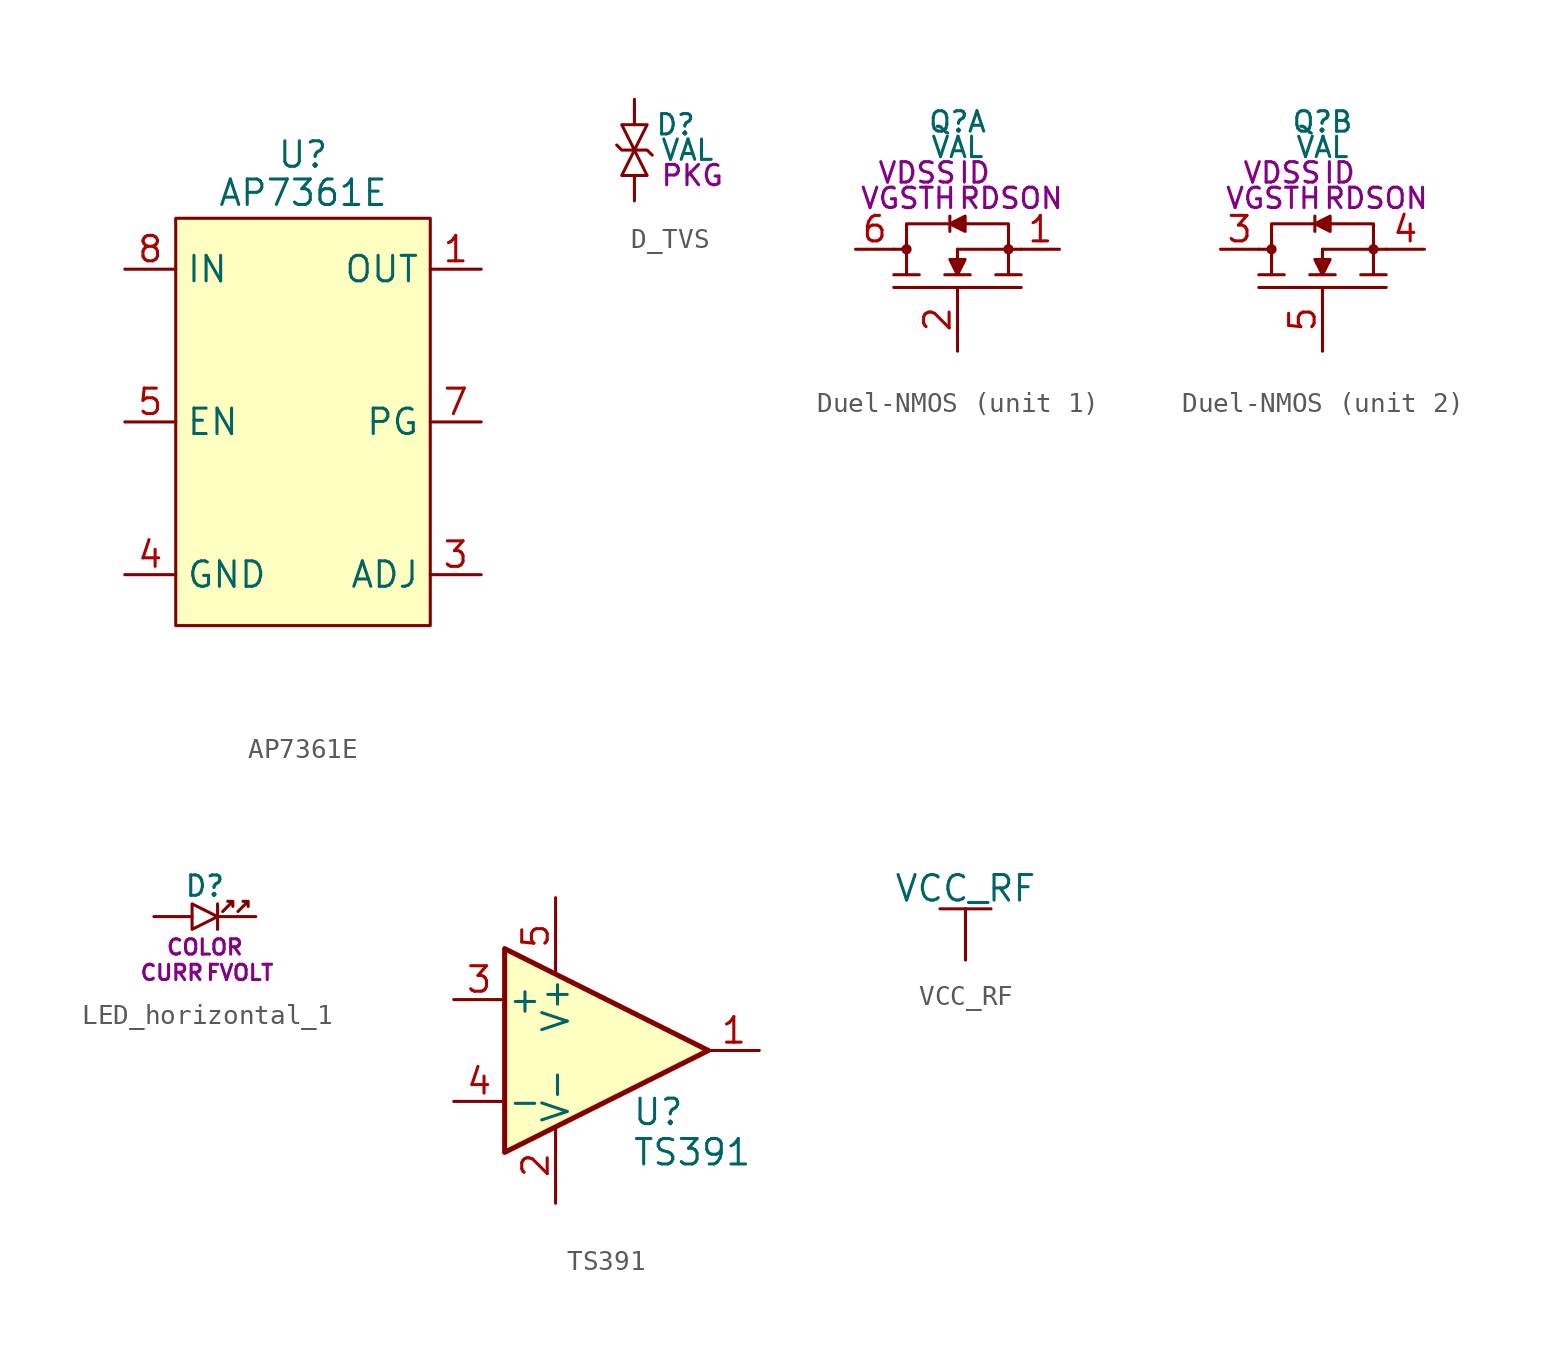
<source format=kicad_sym>
(kicad_symbol_lib
  (version 20231120)
  (generator "kicad_symbol_editor")
  (generator_version "8.0")
  (symbol "AP7361E"
    (property "Reference" "U"
      (at 0 13.335 0)
      (do_not_autoplace)
      (effects (font (size 1.27 1.27))))
    (property "Value" "AP7361E"
      (at 0 11.43 0)
      (do_not_autoplace)
      (effects (font (size 1.27 1.27))))
    (symbol "AP7361E_0_0"
      (pin power_out line (at 8.89 7.62 180) (length 2.54) (name "OUT" (effects (font (size 1.27 1.27)))) (number "1" (effects (font (size 1.27 1.27)))))
      (pin passive line (at -8.89 -7.62 0) (length 2.54) (name "GND" (effects (font (size 1.27 1.27)))) (number "4" (effects (font (size 1.27 1.27)))))
      (pin input line (at -8.89 0 0) (length 2.54) (name "EN" (effects (font (size 1.27 1.27)))) (number "5" (effects (font (size 1.27 1.27)))))
      (pin output line (at 8.89 0 180) (length 2.54) (name "PG" (effects (font (size 1.27 1.27)))) (number "7" (effects (font (size 1.27 1.27)))))
      (pin power_in line (at -8.89 7.62 0) (length 2.54) (name "IN" (effects (font (size 1.27 1.27)))) (number "8" (effects (font (size 1.27 1.27))))))
    (symbol "AP7361E_1_0"
      (pin no_connect line (at 0 -12.7 90) (length 2.54) hide (name "NC" (effects (font (size 1.27 1.27)))) (number "2" (effects (font (size 1.27 1.27)))))
      (pin passive line (at 8.89 -7.62 180) (length 2.54) (name "ADJ" (effects (font (size 1.27 1.27)))) (number "3" (effects (font (size 1.27 1.27)))) (alternate "NC" no_connect line))
      (pin no_connect line (at 0 -12.7 90) (length 2.54) hide (name "NC" (effects (font (size 1.27 1.27)))) (number "6" (effects (font (size 1.27 1.27)))))
      (pin passive line (at -8.89 -7.62 0) (length 2.54) hide (name "GND" (effects (font (size 1.27 1.27)))) (number "9" (effects (font (size 1.27 1.27))))))
    (symbol "AP7361E_1_1"
      (rectangle (start -6.35 10.16) (end 6.35 -10.16) (stroke (width 0) (type default)) (fill (type background)))))
  (symbol "D_TVS"
    (pin_numbers hide)
    (property "Reference" "D"
      (at 1.016 1.27 0)
      (do_not_autoplace)
      (effects (font (size 1.016 1.016)) (justify left)))
    (property "Value" "VAL"
      (at 1.27 0 0)
      (do_not_autoplace)
      (effects (font (size 1.016 1.016)) (justify left)))
    (property "Package" "PKG"
      (at 1.27 -1.27 0)
      (do_not_autoplace)
      (effects (font (size 1.016 1.016)) (justify left)))
    (symbol "D_TVS_0_1"
      (polyline (pts (xy 0 0) (xy -0.635 0) (xy -0.889 0.254)) (stroke (width 0) (type default)) (fill (type none)))
      (polyline (pts (xy 0 0) (xy 0.635 0) (xy 0.889 -0.254)) (stroke (width 0) (type default)) (fill (type none))))
    (symbol "D_TVS_1_0"
      (pin passive line (at 0 -2.54 90) (length 1.27) (name "" (effects (font (size 1.27 1.27)))) (number "1" (effects (font (size 1.27 1.27)))))
      (pin passive line (at 0 2.54 270) (length 1.27) (name "" (effects (font (size 1.27 1.27)))) (number "2" (effects (font (size 1.27 1.27))))))
    (symbol "D_TVS_1_1"
      (polyline (pts (xy -0.635 -1.27) (xy 0.635 -1.27) (xy 0 0) (xy -0.635 -1.27)) (stroke (width 0.152) (type default)) (fill (type none)))
      (polyline (pts (xy 0.635 1.27) (xy -0.635 1.27) (xy 0 0) (xy 0.635 1.27)) (stroke (width 0.152) (type default)) (fill (type none)))))
  (symbol "Duel-NMOS"
    (property "Reference" "Q"
      (at 0 6.35 0)
      (do_not_autoplace)
      (effects (font (size 1.016 1.016))))
    (property "Value" "VAL"
      (at 0 5.08 0)
      (do_not_autoplace)
      (effects (font (size 1.016 1.016))))
    (property "VDSS" "VDSS"
      (at 0 3.81 0)
      (do_not_autoplace)
      (effects (font (size 1.016 1.016)) (justify right)))
    (property "VGSTH" "VGSTH"
      (at 0 2.54 0)
      (do_not_autoplace)
      (effects (font (size 1.016 1.016)) (justify right)))
    (property "ID" "ID"
      (at 0 3.81 0)
      (do_not_autoplace)
      (effects (font (size 1.016 1.016)) (justify left)))
    (property "RDSON" "RDSON"
      (at 0 2.54 0)
      (do_not_autoplace)
      (effects (font (size 1.016 1.016)) (justify left)))
    (symbol "Duel-NMOS_0_1"
      (polyline (pts (xy -3.175 -1.27) (xy -1.905 -1.27)) (stroke (width 0) (type default)) (fill (type none)))
      (polyline (pts (xy -0.635 -1.27) (xy 0.635 -1.27)) (stroke (width 0) (type default)) (fill (type none)))
      (polyline (pts (xy 0 0) (xy 0 -0.508)) (stroke (width 0) (type default)) (fill (type none)))
      (polyline (pts (xy 1.905 -1.27) (xy 3.175 -1.27)) (stroke (width 0) (type default)) (fill (type none)))
      (polyline (pts (xy -2.54 -1.27) (xy -2.54 0) (xy -3.175 0)) (stroke (width 0) (type default)) (fill (type none)))
      (polyline (pts (xy 2.54 -1.27) (xy 2.54 0) (xy 3.175 0)) (stroke (width 0) (type default)) (fill (type none))))
    (symbol "Duel-NMOS_1_0"
      (pin passive line (at -5.08 0 0) (length 1.905) hide (name "" (effects (font (size 1.27 1.27)))) (number "7" (effects (font (size 1.27 1.27))))))
    (symbol "Duel-NMOS_1_1"
      (circle (center -2.54 0) (radius 0.18) (stroke (width 0) (type default)) (fill (type outline)))
      (polyline (pts (xy -3.175 -1.905) (xy 3.175 -1.905)) (stroke (width 0) (type default)) (fill (type none)))
      (polyline (pts (xy -0.381 1.651) (xy -0.381 0.889)) (stroke (width 0) (type default)) (fill (type none)))
      (polyline (pts (xy 0 0) (xy 2.54 0)) (stroke (width 0) (type default)) (fill (type none)))
      (polyline (pts (xy -2.54 0) (xy -2.54 1.27) (xy -0.381 1.27)) (stroke (width 0) (type default)) (fill (type none)))
      (polyline (pts (xy 0.381 1.27) (xy 2.54 1.27) (xy 2.54 0)) (stroke (width 0) (type default)) (fill (type none)))
      (polyline (pts (xy -0.381 1.27) (xy 0.381 0.889) (xy 0.381 1.651) (xy -0.381 1.27)) (stroke (width 0) (type default)) (fill (type outline)))
      (polyline (pts (xy 0 -1.27) (xy 0.381 -0.508) (xy -0.381 -0.508) (xy 0 -1.27)) (stroke (width 0) (type default)) (fill (type outline)))
      (circle (center 2.54 0) (radius 0.18) (stroke (width 0) (type default)) (fill (type outline)))
      (pin passive line (at 5.08 0 180) (length 1.905) (name "" (effects (font (size 1.27 1.27)))) (number "1" (effects (font (size 1.27 1.27)))))
      (pin input line (at 0 -5.08 90) (length 3.175) (name "" (effects (font (size 1.27 1.27)))) (number "2" (effects (font (size 1.27 1.27)))))
      (pin passive line (at -5.08 0 0) (length 1.905) (name "" (effects (font (size 1.27 1.27)))) (number "6" (effects (font (size 1.27 1.27))))))
    (symbol "Duel-NMOS_2_0"
      (pin passive line (at -5.08 0 0) (length 1.905) hide (name "" (effects (font (size 1.27 1.27)))) (number "8" (effects (font (size 1.27 1.27))))))
    (symbol "Duel-NMOS_2_1"
      (circle (center -2.54 0) (radius 0.18) (stroke (width 0) (type default)) (fill (type outline)))
      (polyline (pts (xy -3.175 -1.905) (xy 3.175 -1.905)) (stroke (width 0) (type default)) (fill (type none)))
      (polyline (pts (xy -0.381 1.651) (xy -0.381 0.889)) (stroke (width 0) (type default)) (fill (type none)))
      (polyline (pts (xy 0 0) (xy 2.54 0)) (stroke (width 0) (type default)) (fill (type none)))
      (polyline (pts (xy -2.54 0) (xy -2.54 1.27) (xy -0.381 1.27)) (stroke (width 0) (type default)) (fill (type none)))
      (polyline (pts (xy 0.381 1.27) (xy 2.54 1.27) (xy 2.54 0)) (stroke (width 0) (type default)) (fill (type none)))
      (polyline (pts (xy -0.381 1.27) (xy 0.381 0.889) (xy 0.381 1.651) (xy -0.381 1.27)) (stroke (width 0) (type default)) (fill (type outline)))
      (polyline (pts (xy 0 -1.27) (xy 0.381 -0.508) (xy -0.381 -0.508) (xy 0 -1.27)) (stroke (width 0) (type default)) (fill (type outline)))
      (circle (center 2.54 0) (radius 0.18) (stroke (width 0) (type default)) (fill (type outline)))
      (pin passive line (at -5.08 0 0) (length 1.905) (name "" (effects (font (size 1.27 1.27)))) (number "3" (effects (font (size 1.27 1.27)))))
      (pin passive line (at 5.08 0 180) (length 1.905) (name "" (effects (font (size 1.27 1.27)))) (number "4" (effects (font (size 1.27 1.27)))))
      (pin input line (at 0 -5.08 90) (length 3.175) (name "" (effects (font (size 1.27 1.27)))) (number "5" (effects (font (size 1.27 1.27)))))))
  (symbol "LED_horizontal_1"
    (pin_numbers hide)
    (property "Reference" "D"
      (at 0 1.524 0)
      (do_not_autoplace)
      (effects (font (size 1.016 1.016))))
    (property "Forward Voltage" "FVOLT"
      (at 0 -2.794 0)
      (do_not_autoplace)
      (effects (font (size 0.762 0.762)) (justify left)))
    (property "Current" "CURR"
      (at 0 -2.794 0)
      (do_not_autoplace)
      (effects (font (size 0.762 0.762)) (justify right)))
    (property "Color" "COLOR"
      (at 0 -1.524 0)
      (do_not_autoplace)
      (effects (font (size 0.762 0.762))))
    (symbol "LED_horizontal_1_0_1"
      (polyline (pts (xy 0.635 0.635) (xy 0.635 -0.635)) (stroke (width 0) (type default)) (fill (type none)))
      (polyline (pts (xy 0.889 0.254) (xy 1.397 0.762) (xy 1.143 0.762) (xy 1.397 0.762) (xy 1.397 0.508)) (stroke (width 0) (type default)) (fill (type none)))
      (polyline (pts (xy 1.651 0.254) (xy 2.159 0.762) (xy 1.905 0.762) (xy 2.159 0.762) (xy 2.159 0.508)) (stroke (width 0) (type default)) (fill (type none))))
    (symbol "LED_horizontal_1_1_0"
      (pin passive line (at -2.54 0 0) (length 1.905) (name "" (effects (font (size 1.27 1.27)))) (number "1" (effects (font (size 1.27 1.27)))))
      (pin passive line (at 2.54 0 180) (length 1.905) (name "" (effects (font (size 1.27 1.27)))) (number "2" (effects (font (size 1.27 1.27))))))
    (symbol "LED_horizontal_1_1_1"
      (polyline (pts (xy -0.635 0.635) (xy -0.635 -0.635) (xy 0.635 0) (xy -0.635 0.635)) (stroke (width 0.152) (type default)) (fill (type none)))))
  (symbol "TS391"
    (pin_names
      (offset 0.127))
    (property "Reference" "U"
      (at 1.27 -3.81 0)
      (do_not_autoplace)
      (effects (font (size 1.27 1.27)) (justify left bottom)))
    (property "Value" "TS391"
      (at 1.27 -5.08 0)
      (do_not_autoplace)
      (effects (font (size 1.27 1.27)) (justify left)))
    (symbol "TS391_0_1"
      (polyline (pts (xy -5.08 5.08) (xy 5.08 0) (xy -5.08 -5.08) (xy -5.08 5.08)) (stroke (width 0.254) (type default)) (fill (type background))))
    (symbol "TS391_1_1"
      (pin open_collector line (at 7.62 0 180) (length 2.54) (name "~" (effects (font (size 1.27 1.27)))) (number "1" (effects (font (size 1.27 1.27)))))
      (pin power_in line (at -2.54 -7.62 90) (length 3.81) (name "V-" (effects (font (size 1.27 1.27)))) (number "2" (effects (font (size 1.27 1.27)))))
      (pin input line (at -7.62 2.54 0) (length 2.54) (name "+" (effects (font (size 1.27 1.27)))) (number "3" (effects (font (size 1.27 1.27)))))
      (pin input line (at -7.62 -2.54 0) (length 2.54) (name "-" (effects (font (size 1.27 1.27)))) (number "4" (effects (font (size 1.27 1.27)))))
      (pin power_in line (at -2.54 7.62 270) (length 3.81) (name "V+" (effects (font (size 1.27 1.27)))) (number "5" (effects (font (size 1.27 1.27)))))))
  (symbol "VCC_RF"
    (power)
    (pin_numbers hide)
    (pin_names
      (offset 0) hide)
    (property "Reference" "#PWR"
      (at 0 0 0)
      (effects (font (size 1.27 1.27)) (hide yes)))
    (property "Value" "VCC_RF"
      (at 0 3.556 0)
      (do_not_autoplace)
      (effects (font (size 1.27 1.27))))
    (symbol "VCC_RF_0_1"
      (polyline (pts (xy -1.27 2.54) (xy 0 2.54)) (stroke (width 0) (type default)) (fill (type none)))
      (polyline (pts (xy 0 0) (xy 0 2.54)) (stroke (width 0) (type default)) (fill (type none)))
      (polyline (pts (xy 0 2.54) (xy 1.27 2.54)) (stroke (width 0) (type default)) (fill (type none))))
    (symbol "VCC_RF_1_1"
      (pin power_in line (at 0 0 90) (length 0) (name "~" (effects (font (size 1.27 1.27)))) (number "1" (effects (font (size 1.27 1.27))))))))
</source>
